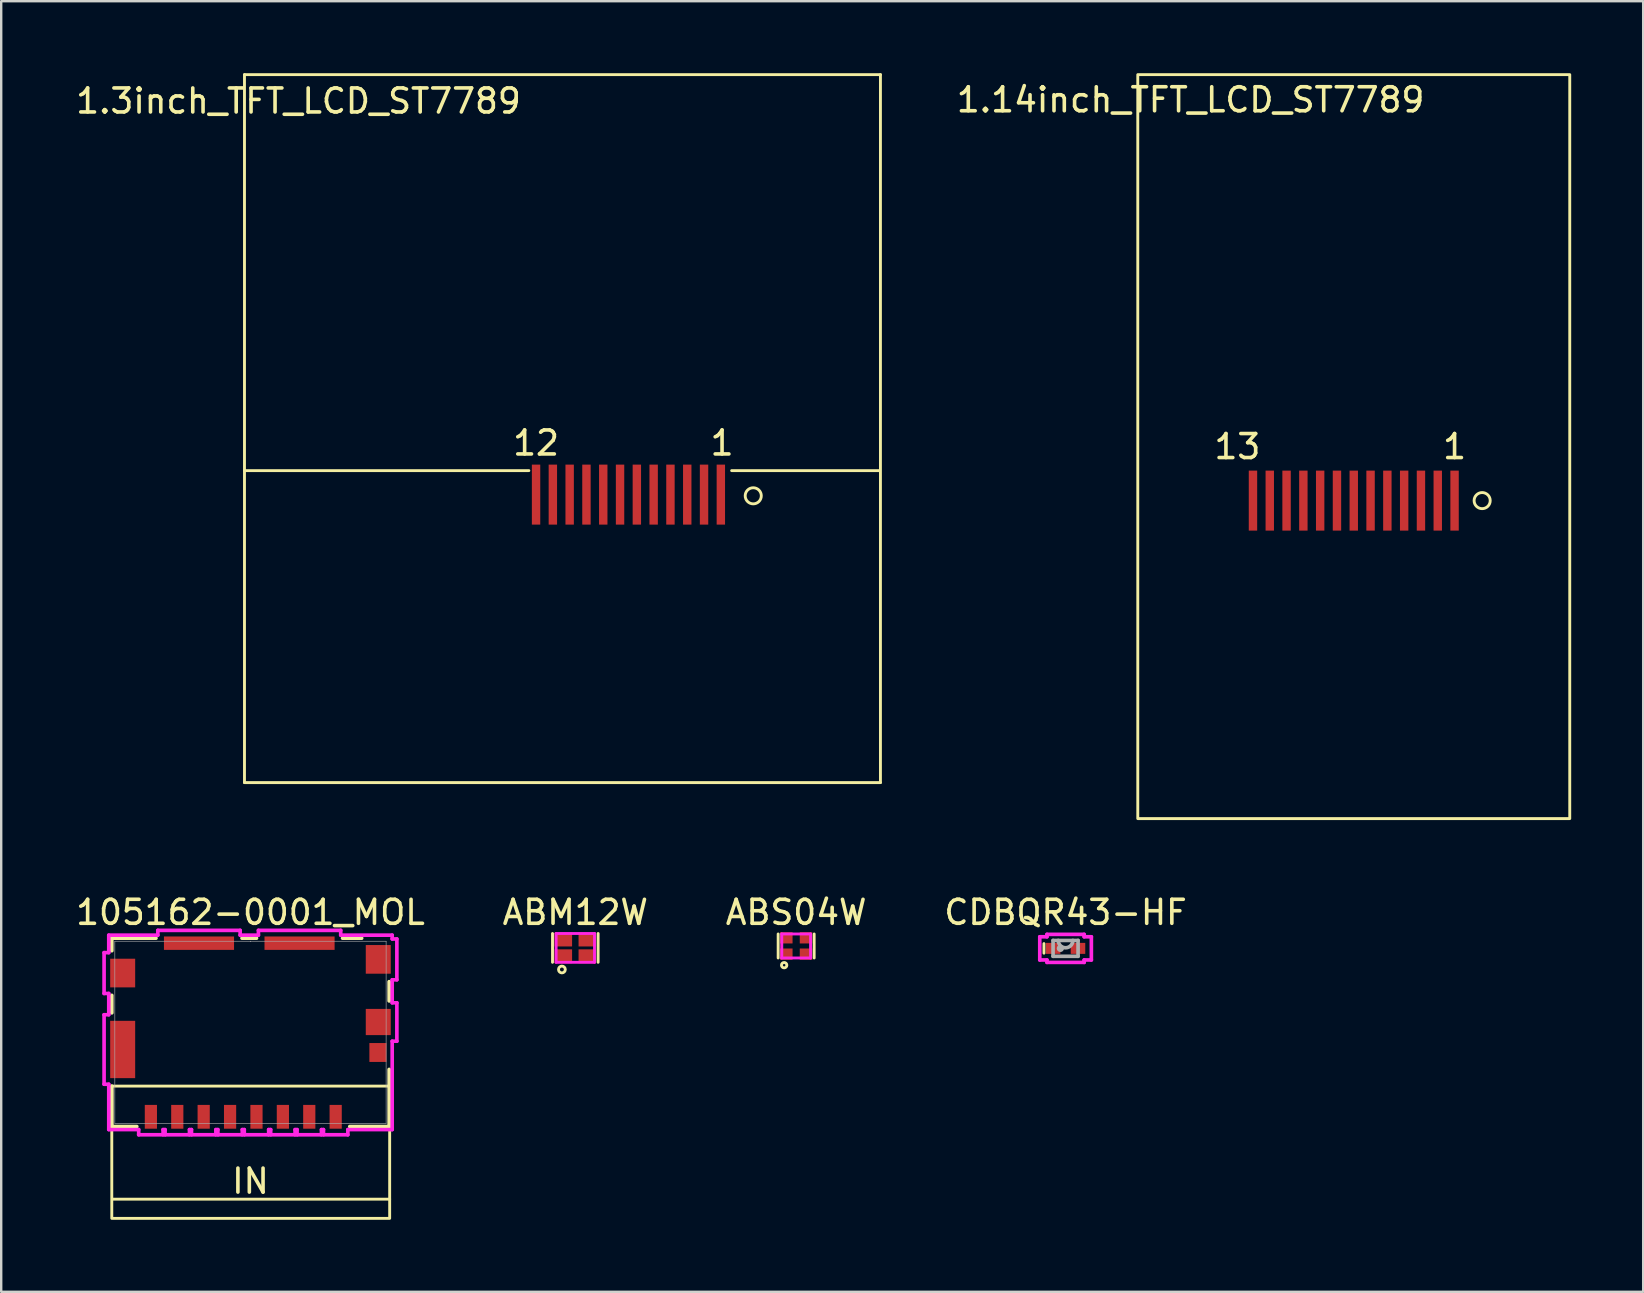
<source format=kicad_pcb>
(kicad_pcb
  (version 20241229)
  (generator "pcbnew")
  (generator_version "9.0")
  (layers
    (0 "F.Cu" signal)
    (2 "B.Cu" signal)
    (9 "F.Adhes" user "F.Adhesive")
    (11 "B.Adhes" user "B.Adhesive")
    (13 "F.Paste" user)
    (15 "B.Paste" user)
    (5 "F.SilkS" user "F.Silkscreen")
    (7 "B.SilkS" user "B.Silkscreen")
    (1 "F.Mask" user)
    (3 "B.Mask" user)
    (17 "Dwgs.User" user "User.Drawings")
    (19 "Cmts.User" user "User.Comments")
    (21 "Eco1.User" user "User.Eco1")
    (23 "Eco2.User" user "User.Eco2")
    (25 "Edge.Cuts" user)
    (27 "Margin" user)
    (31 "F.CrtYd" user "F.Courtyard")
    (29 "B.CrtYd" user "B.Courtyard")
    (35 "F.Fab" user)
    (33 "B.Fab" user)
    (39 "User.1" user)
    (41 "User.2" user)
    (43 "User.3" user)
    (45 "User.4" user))
  (footprint "1.14inch_TFT_LCD_ST7789"
    (layer "F.Cu")
    (at 53.36 15.56)
    (property "Reference" "1.14inch_TFT_LCD_ST7789" (at -6.8 -14.45 0) (layer "F.SilkS") (effects (font (size 1 1) (thickness 0.15))))
    (attr through_hole)
    (fp_rect (start -9 -15.5) (end 9 15.5) (stroke (width 0.12) (type solid)) (fill no) (layer "F.SilkS"))
    (fp_circle (center 5.35 2.25) (end 5.05 2.4) (stroke (width 0.12) (type solid)) (fill no) (layer "F.SilkS"))
    (fp_text user "13" (at -4.85 0 0) (layer "F.SilkS") (effects (font (size 1 1) (thickness 0.15))))
    (fp_text user "1" (at 4.2 0 0) (layer "F.SilkS") (effects (font (size 1 1) (thickness 0.15))))
    (pad "1" smd rect (at 4.2 2.25) (size 0.35 2.5) (layers "F.Cu" "F.Mask" "F.Paste"))
    (pad "2" smd rect (at 3.5 2.25) (size 0.35 2.5) (layers "F.Cu" "F.Mask" "F.Paste"))
    (pad "3" smd rect (at 2.8 2.25) (size 0.35 2.5) (layers "F.Cu" "F.Mask" "F.Paste"))
    (pad "4" smd rect (at 2.1 2.25) (size 0.35 2.5) (layers "F.Cu" "F.Mask" "F.Paste"))
    (pad "5" smd rect (at 1.4 2.25) (size 0.35 2.5) (layers "F.Cu" "F.Mask" "F.Paste"))
    (pad "6" smd rect (at 0.7 2.25) (size 0.35 2.5) (layers "F.Cu" "F.Mask" "F.Paste"))
    (pad "7" smd rect (at 0 2.25) (size 0.35 2.5) (layers "F.Cu" "F.Mask" "F.Paste"))
    (pad "8" smd rect (at -0.7 2.25) (size 0.35 2.5) (layers "F.Cu" "F.Mask" "F.Paste"))
    (pad "9" smd rect (at -1.4 2.25) (size 0.35 2.5) (layers "F.Cu" "F.Mask" "F.Paste"))
    (pad "10" smd rect (at -2.1 2.25) (size 0.35 2.5) (layers "F.Cu" "F.Mask" "F.Paste"))
    (pad "11" smd rect (at -2.8 2.25) (size 0.35 2.5) (layers "F.Cu" "F.Mask" "F.Paste"))
    (pad "12" smd rect (at -3.5 2.25) (size 0.35 2.5) (layers "F.Cu" "F.Mask" "F.Paste"))
    (pad "13" smd rect (at -4.2 2.25) (size 0.35 2.5) (layers "F.Cu" "F.Mask" "F.Paste")))
  (footprint "ABM12W"
    (layer "F.Cu")
    (at 20.923 36.448)
    (property "Reference" "ABM12W" (at 0 -1.48 0) (layer "F.SilkS") (effects (font (size 1 1) (thickness 0.15))))
    (attr through_hole)
    (fp_line (start -0.95 0.6) (end -0.95 -0.6) (stroke (width 0.12) (type solid)) (layer "F.SilkS"))
    (fp_line (start 0.95 0.6) (end 0.95 -0.6) (stroke (width 0.12) (type solid)) (layer "F.SilkS"))
    (fp_circle (center -0.559 0.9) (end -0.459 0.8) (stroke (width 0.12) (type solid)) (fill no) (layer "F.SilkS"))
    (fp_line (start -0.8 -0.6) (end 0.8 -0.6) (stroke (width 0.12) (type solid)) (layer "F.CrtYd"))
    (fp_line (start -0.8 0.6) (end -0.8 -0.6) (stroke (width 0.12) (type solid)) (layer "F.CrtYd"))
    (fp_line (start 0.8 -0.6) (end 0.8 0.6) (stroke (width 0.12) (type solid)) (layer "F.CrtYd"))
    (fp_line (start 0.8 0.6) (end -0.8 0.6) (stroke (width 0.12) (type solid)) (layer "F.CrtYd"))
    (pad "1" smd rect (at -0.5 0.35) (size 0.73 0.58) (layers "F.Cu" "F.Mask" "F.Paste"))
    (pad "2" smd rect (at 0.5 0.35) (size 0.73 0.58) (layers "F.Cu" "F.Mask" "F.Paste"))
    (pad "3" smd rect (at 0.5 -0.35) (size 0.73 0.58) (layers "F.Cu" "F.Mask" "F.Paste"))
    (pad "4" smd rect (at -0.5 -0.35) (size 0.73 0.58) (layers "F.Cu" "F.Mask" "F.Paste")))
  (footprint "1.3inch_TFT_LCD_ST7789"
    (layer "F.Cu")
    (at 20.387 14.81)
    (property "Reference" "1.3inch_TFT_LCD_ST7789" (at -11 -13.65 0) (layer "F.SilkS") (effects (font (size 1 1) (thickness 0.15))))
    (attr through_hole)
    (fp_line (start -13.25 14.75) (end -13.25 -14.75) (stroke (width 0.12) (type solid)) (layer "F.SilkS"))
    (fp_line (start -1.4 1.75) (end -13.25 1.75) (stroke (width 0.12) (type solid)) (layer "F.SilkS"))
    (fp_line (start 7.05 1.75) (end 13.2 1.75) (stroke (width 0.12) (type solid)) (layer "F.SilkS"))
    (fp_line (start 13.25 -14.75) (end -13.25 -14.75) (stroke (width 0.12) (type solid)) (layer "F.SilkS"))
    (fp_line (start 13.25 -14.75) (end 13.25 14.75) (stroke (width 0.12) (type solid)) (layer "F.SilkS"))
    (fp_line (start 13.25 14.75) (end -13.25 14.75) (stroke (width 0.12) (type solid)) (layer "F.SilkS"))
    (fp_circle (center 7.95 2.8) (end 7.65 2.95) (stroke (width 0.12) (type solid)) (fill no) (layer "F.SilkS"))
    (fp_text user "12" (at -1.1 0.6 0) (layer "F.SilkS") (effects (font (size 1 1) (thickness 0.15))))
    (fp_text user "1" (at 6.65 0.6 0) (layer "F.SilkS") (effects (font (size 1 1) (thickness 0.15))))
    (pad "1" smd rect (at 6.6 2.75) (size 0.35 2.5) (layers "F.Cu" "F.Mask" "F.Paste"))
    (pad "2" smd rect (at 5.9 2.75) (size 0.35 2.5) (layers "F.Cu" "F.Mask" "F.Paste"))
    (pad "3" smd rect (at 5.2 2.75) (size 0.35 2.5) (layers "F.Cu" "F.Mask" "F.Paste"))
    (pad "4" smd rect (at 4.5 2.75) (size 0.35 2.5) (layers "F.Cu" "F.Mask" "F.Paste"))
    (pad "5" smd rect (at 3.8 2.75) (size 0.35 2.5) (layers "F.Cu" "F.Mask" "F.Paste"))
    (pad "6" smd rect (at 3.1 2.75) (size 0.35 2.5) (layers "F.Cu" "F.Mask" "F.Paste"))
    (pad "7" smd rect (at 2.4 2.75) (size 0.35 2.5) (layers "F.Cu" "F.Mask" "F.Paste"))
    (pad "8" smd rect (at 1.7 2.75) (size 0.35 2.5) (layers "F.Cu" "F.Mask" "F.Paste"))
    (pad "9" smd rect (at 1 2.75) (size 0.35 2.5) (layers "F.Cu" "F.Mask" "F.Paste"))
    (pad "10" smd rect (at 0.3 2.75) (size 0.35 2.5) (layers "F.Cu" "F.Mask" "F.Paste"))
    (pad "11" smd rect (at -0.4 2.75) (size 0.35 2.5) (layers "F.Cu" "F.Mask" "F.Paste"))
    (pad "12" smd rect (at -1.1 2.75) (size 0.35 2.5) (layers "F.Cu" "F.Mask" "F.Paste")))
  (footprint "105162-0001_MOL"
    (layer "F.Cu")
    (at 7.387 39.968)
    (property "Reference" "105162-0001_MOL" (at 0 -5 0) (unlocked yes) (layer "F.SilkS") (effects (font (size 1 1) (thickness 0.15))))
    (attr smd)
    (fp_line (start -5.779 -3.924) (end -5.779 -3.402) (stroke (width 0.152) (type solid)) (layer "F.SilkS"))
    (fp_line (start -5.779 -1.543) (end -5.779 -0.814) (stroke (width 0.152) (type solid)) (layer "F.SilkS"))
    (fp_line (start -5.779 2.239) (end -5.779 3.924) (stroke (width 0.152) (type solid)) (layer "F.SilkS"))
    (fp_line (start -5.779 3.924) (end -4.737 3.924) (stroke (width 0.152) (type solid)) (layer "F.SilkS"))
    (fp_line (start -5.75 6.95) (end 5.8 6.95) (stroke (width 0.12) (type solid)) (layer "F.SilkS"))
    (fp_line (start -3.938 -3.924) (end -5.779 -3.924) (stroke (width 0.152) (type solid)) (layer "F.SilkS"))
    (fp_line (start 0.127 -3.924) (end -0.127 -3.924) (stroke (width 0.152) (type solid)) (layer "F.SilkS"))
    (fp_line (start 0.252 -3.924) (end -0.352 -3.924) (stroke (width 0.152) (type solid)) (layer "F.SilkS"))
    (fp_line (start 4.137 3.924) (end 5.779 3.924) (stroke (width 0.152) (type solid)) (layer "F.SilkS"))
    (fp_line (start 4.633 -3.924) (end 3.838 -3.924) (stroke (width 0.152) (type solid)) (layer "F.SilkS"))
    (fp_line (start 5.779 -1.311) (end 5.779 -2.113) (stroke (width 0.152) (type solid)) (layer "F.SilkS"))
    (fp_line (start 5.779 3.924) (end 5.779 1.544) (stroke (width 0.152) (type solid)) (layer "F.SilkS"))
    (fp_rect (start -5.779 2.239) (end 5.8 7.75) (stroke (width 0.12) (type solid)) (fill no) (layer "F.SilkS"))
    (fp_line (start -6.1 -0.735) (end -6.1 2.161) (stroke (width 0.152) (type solid)) (layer "F.CrtYd"))
    (fp_line (start -6.1 2.161) (end -5.905 2.161) (stroke (width 0.152) (type solid)) (layer "F.CrtYd"))
    (fp_line (start -6.1 -3.323) (end -6.1 -1.621) (stroke (width 0.152) (type solid)) (layer "F.CrtYd"))
    (fp_line (start -6.1 -1.621) (end -5.905 -1.621) (stroke (width 0.152) (type solid)) (layer "F.CrtYd"))
    (fp_line (start -5.905 -4.051) (end -5.905 -3.323) (stroke (width 0.152) (type solid)) (layer "F.CrtYd"))
    (fp_line (start -5.905 -3.323) (end -6.1 -3.323) (stroke (width 0.152) (type solid)) (layer "F.CrtYd"))
    (fp_line (start -5.905 -1.621) (end -5.905 -0.735) (stroke (width 0.152) (type solid)) (layer "F.CrtYd"))
    (fp_line (start -5.905 -0.735) (end -6.1 -0.735) (stroke (width 0.152) (type solid)) (layer "F.CrtYd"))
    (fp_line (start -5.905 2.161) (end -5.905 4.051) (stroke (width 0.152) (type solid)) (layer "F.CrtYd"))
    (fp_line (start -5.905 4.051) (end -4.658 4.051) (stroke (width 0.152) (type solid)) (layer "F.CrtYd"))
    (fp_line (start -4.658 4.051) (end -4.658 4.267) (stroke (width 0.152) (type solid)) (layer "F.CrtYd"))
    (fp_line (start -4.658 4.267) (end -3.642 4.267) (stroke (width 0.152) (type solid)) (layer "F.CrtYd"))
    (fp_line (start -3.86 -4.251) (end -3.86 -4.051) (stroke (width 0.152) (type solid)) (layer "F.CrtYd"))
    (fp_line (start -3.86 -4.051) (end -5.905 -4.051) (stroke (width 0.152) (type solid)) (layer "F.CrtYd"))
    (fp_line (start -3.642 4.051) (end -3.558 4.051) (stroke (width 0.152) (type solid)) (layer "F.CrtYd"))
    (fp_line (start -3.642 4.267) (end -3.642 4.051) (stroke (width 0.152) (type solid)) (layer "F.CrtYd"))
    (fp_line (start -3.558 4.051) (end -3.558 4.267) (stroke (width 0.152) (type solid)) (layer "F.CrtYd"))
    (fp_line (start -3.558 4.267) (end -2.542 4.267) (stroke (width 0.152) (type solid)) (layer "F.CrtYd"))
    (fp_line (start -2.542 4.051) (end -2.458 4.051) (stroke (width 0.152) (type solid)) (layer "F.CrtYd"))
    (fp_line (start -2.542 4.267) (end -2.542 4.051) (stroke (width 0.152) (type solid)) (layer "F.CrtYd"))
    (fp_line (start -2.458 4.051) (end -2.458 4.267) (stroke (width 0.152) (type solid)) (layer "F.CrtYd"))
    (fp_line (start -2.458 4.267) (end -1.442 4.267) (stroke (width 0.152) (type solid)) (layer "F.CrtYd"))
    (fp_line (start -1.442 4.051) (end -1.358 4.051) (stroke (width 0.152) (type solid)) (layer "F.CrtYd"))
    (fp_line (start -1.442 4.267) (end -1.442 4.051) (stroke (width 0.152) (type solid)) (layer "F.CrtYd"))
    (fp_line (start -1.358 4.051) (end -1.358 4.267) (stroke (width 0.152) (type solid)) (layer "F.CrtYd"))
    (fp_line (start -1.358 4.267) (end -0.342 4.267) (stroke (width 0.152) (type solid)) (layer "F.CrtYd"))
    (fp_line (start -0.43 -4.251) (end -3.86 -4.251) (stroke (width 0.152) (type solid)) (layer "F.CrtYd"))
    (fp_line (start -0.43 -4.051) (end -0.43 -4.251) (stroke (width 0.152) (type solid)) (layer "F.CrtYd"))
    (fp_line (start -0.342 4.051) (end -0.258 4.051) (stroke (width 0.152) (type solid)) (layer "F.CrtYd"))
    (fp_line (start -0.342 4.267) (end -0.342 4.051) (stroke (width 0.152) (type solid)) (layer "F.CrtYd"))
    (fp_line (start -0.258 4.051) (end -0.258 4.267) (stroke (width 0.152) (type solid)) (layer "F.CrtYd"))
    (fp_line (start -0.258 4.267) (end 0.758 4.267) (stroke (width 0.152) (type solid)) (layer "F.CrtYd"))
    (fp_line (start 0.331 -4.251) (end 0.331 -4.051) (stroke (width 0.152) (type solid)) (layer "F.CrtYd"))
    (fp_line (start 0.331 -4.051) (end -0.43 -4.051) (stroke (width 0.152) (type solid)) (layer "F.CrtYd"))
    (fp_line (start 0.758 4.051) (end 0.842 4.051) (stroke (width 0.152) (type solid)) (layer "F.CrtYd"))
    (fp_line (start 0.758 4.267) (end 0.758 4.051) (stroke (width 0.152) (type solid)) (layer "F.CrtYd"))
    (fp_line (start 0.842 4.051) (end 0.842 4.267) (stroke (width 0.152) (type solid)) (layer "F.CrtYd"))
    (fp_line (start 0.842 4.267) (end 1.858 4.267) (stroke (width 0.152) (type solid)) (layer "F.CrtYd"))
    (fp_line (start 1.858 4.051) (end 1.942 4.051) (stroke (width 0.152) (type solid)) (layer "F.CrtYd"))
    (fp_line (start 1.858 4.267) (end 1.858 4.051) (stroke (width 0.152) (type solid)) (layer "F.CrtYd"))
    (fp_line (start 1.942 4.051) (end 1.942 4.267) (stroke (width 0.152) (type solid)) (layer "F.CrtYd"))
    (fp_line (start 1.942 4.267) (end 2.958 4.267) (stroke (width 0.152) (type solid)) (layer "F.CrtYd"))
    (fp_line (start 2.958 4.051) (end 3.042 4.051) (stroke (width 0.152) (type solid)) (layer "F.CrtYd"))
    (fp_line (start 2.958 4.267) (end 2.958 4.051) (stroke (width 0.152) (type solid)) (layer "F.CrtYd"))
    (fp_line (start 3.042 4.051) (end 3.042 4.267) (stroke (width 0.152) (type solid)) (layer "F.CrtYd"))
    (fp_line (start 3.042 4.267) (end 4.058 4.267) (stroke (width 0.152) (type solid)) (layer "F.CrtYd"))
    (fp_line (start 3.76 -4.251) (end 0.331 -4.251) (stroke (width 0.152) (type solid)) (layer "F.CrtYd"))
    (fp_line (start 3.76 -4.051) (end 3.76 -4.251) (stroke (width 0.152) (type solid)) (layer "F.CrtYd"))
    (fp_line (start 4.058 4.051) (end 5.905 4.051) (stroke (width 0.152) (type solid)) (layer "F.CrtYd"))
    (fp_line (start 4.058 4.267) (end 4.058 4.051) (stroke (width 0.152) (type solid)) (layer "F.CrtYd"))
    (fp_line (start 5.905 -4.051) (end 3.76 -4.051) (stroke (width 0.152) (type solid)) (layer "F.CrtYd"))
    (fp_line (start 5.905 -3.893) (end 5.905 -4.051) (stroke (width 0.152) (type solid)) (layer "F.CrtYd"))
    (fp_line (start 5.905 -2.191) (end 6.1 -2.191) (stroke (width 0.152) (type solid)) (layer "F.CrtYd"))
    (fp_line (start 5.905 -1.232) (end 5.905 -2.191) (stroke (width 0.152) (type solid)) (layer "F.CrtYd"))
    (fp_line (start 5.905 0.368) (end 6.1 0.368) (stroke (width 0.152) (type solid)) (layer "F.CrtYd"))
    (fp_line (start 5.905 4.051) (end 5.905 0.368) (stroke (width 0.152) (type solid)) (layer "F.CrtYd"))
    (fp_line (start 6.1 -3.893) (end 5.905 -3.893) (stroke (width 0.152) (type solid)) (layer "F.CrtYd"))
    (fp_line (start 6.1 -2.191) (end 6.1 -3.893) (stroke (width 0.152) (type solid)) (layer "F.CrtYd"))
    (fp_line (start 6.1 -1.232) (end 5.905 -1.232) (stroke (width 0.152) (type solid)) (layer "F.CrtYd"))
    (fp_line (start 6.1 0.368) (end 6.1 -1.232) (stroke (width 0.152) (type solid)) (layer "F.CrtYd"))
    (fp_line (start -5.652 -3.797) (end -5.652 3.797) (stroke (width 0.025) (type solid)) (layer "F.Fab"))
    (fp_line (start -5.652 3.797) (end 5.652 3.797) (stroke (width 0.025) (type solid)) (layer "F.Fab"))
    (fp_line (start 0 -3.797) (end 0 -3.797) (stroke (width 0.025) (type solid)) (layer "F.Fab"))
    (fp_line (start 0 -3.797) (end 0 -3.797) (stroke (width 0.025) (type solid)) (layer "F.Fab"))
    (fp_line (start 0 -3.797) (end 0 -3.797) (stroke (width 0.025) (type solid)) (layer "F.Fab"))
    (fp_line (start 0 -3.797) (end 0 -3.797) (stroke (width 0.025) (type solid)) (layer "F.Fab"))
    (fp_line (start 5.652 -3.797) (end -5.652 -3.797) (stroke (width 0.025) (type solid)) (layer "F.Fab"))
    (fp_line (start 5.652 3.797) (end 5.652 -3.797) (stroke (width 0.025) (type solid)) (layer "F.Fab"))
    (fp_text user "IN" (at 0 6.2 0) (unlocked yes) (layer "F.SilkS") (effects (font (size 1 1) (thickness 0.15))))
    (pad "14" smd rect (at -2.145 -3.717) (size 2.921 0.559) (layers "F.Cu" "F.Mask" "F.Paste"))
    (pad "15" smd rect (at 2.045 -3.717) (size 2.921 0.559) (layers "F.Cu" "F.Mask" "F.Paste"))
    (pad "G1" smd rect (at 5.325 -0.432) (size 1.041 1.092) (layers "F.Cu" "F.Mask" "F.Paste"))
    (pad "G2" smd rect (at 5.325 -3.042) (size 1.041 1.194) (layers "F.Cu" "F.Mask" "F.Paste"))
    (pad "G3" smd rect (at -5.325 -2.472) (size 1.041 1.194) (layers "F.Cu" "F.Mask" "F.Paste"))
    (pad "G4" smd rect (at -5.325 0.713) (size 1.041 2.388) (layers "F.Cu" "F.Mask" "F.Paste"))
    (pad "P1" smd rect (at 3.55 3.518) (size 0.508 0.991) (layers "F.Cu" "F.Mask" "F.Paste"))
    (pad "P2" smd rect (at 2.45 3.518) (size 0.508 0.991) (layers "F.Cu" "F.Mask" "F.Paste"))
    (pad "P3" smd rect (at 1.35 3.518) (size 0.508 0.991) (layers "F.Cu" "F.Mask" "F.Paste"))
    (pad "P4" smd rect (at 0.25 3.518) (size 0.508 0.991) (layers "F.Cu" "F.Mask" "F.Paste"))
    (pad "P5" smd rect (at -0.85 3.518) (size 0.508 0.991) (layers "F.Cu" "F.Mask" "F.Paste"))
    (pad "P6" smd rect (at -1.95 3.518) (size 0.508 0.991) (layers "F.Cu" "F.Mask" "F.Paste"))
    (pad "P7" smd rect (at -3.05 3.518) (size 0.508 0.991) (layers "F.Cu" "F.Mask" "F.Paste"))
    (pad "P8" smd rect (at -4.15 3.518) (size 0.508 0.991) (layers "F.Cu" "F.Mask" "F.Paste"))
    (pad "P9" smd rect (at 5.31 0.838) (size 0.711 0.787) (layers "F.Cu" "F.Mask" "F.Paste")))
  (footprint "CDBQR43-HF"
    (layer "F.Cu")
    (at 41.351 36.468)
    (property "Reference" "CDBQR43-HF" (at 0 -1.5 0) (layer "F.SilkS") (effects (font (size 1 1) (thickness 0.15))))
    (attr through_hole)
    (fp_line (start -0.9 -0.2) (end -0.9 0.2) (stroke (width 0.12) (type solid)) (layer "F.SilkS"))
    (fp_line (start -1.075 -0.483) (end -0.775 -0.483) (stroke (width 0.152) (type solid)) (layer "F.CrtYd"))
    (fp_line (start -1.075 0.483) (end -1.075 -0.483) (stroke (width 0.152) (type solid)) (layer "F.CrtYd"))
    (fp_line (start -0.775 -0.584) (end 0.775 -0.584) (stroke (width 0.152) (type solid)) (layer "F.CrtYd"))
    (fp_line (start -0.775 -0.483) (end -0.775 -0.584) (stroke (width 0.152) (type solid)) (layer "F.CrtYd"))
    (fp_line (start -0.775 0.483) (end -1.075 0.483) (stroke (width 0.152) (type solid)) (layer "F.CrtYd"))
    (fp_line (start -0.775 0.584) (end -0.775 0.483) (stroke (width 0.152) (type solid)) (layer "F.CrtYd"))
    (fp_line (start 0.775 -0.584) (end 0.775 -0.483) (stroke (width 0.152) (type solid)) (layer "F.CrtYd"))
    (fp_line (start 0.775 -0.483) (end 1.075 -0.483) (stroke (width 0.152) (type solid)) (layer "F.CrtYd"))
    (fp_line (start 0.775 0.483) (end 0.775 0.584) (stroke (width 0.152) (type solid)) (layer "F.CrtYd"))
    (fp_line (start 0.775 0.584) (end -0.775 0.584) (stroke (width 0.152) (type solid)) (layer "F.CrtYd"))
    (fp_line (start 1.075 -0.483) (end 1.075 0.483) (stroke (width 0.152) (type solid)) (layer "F.CrtYd"))
    (fp_line (start 1.075 0.483) (end 0.775 0.483) (stroke (width 0.152) (type solid)) (layer "F.CrtYd"))
    (fp_line (start -0.521 -0.33) (end -0.521 0.33) (stroke (width 0.152) (type solid)) (layer "F.Fab"))
    (fp_line (start -0.521 0.33) (end 0.521 0.33) (stroke (width 0.152) (type solid)) (layer "F.Fab"))
    (fp_line (start 0.521 -0.33) (end -0.521 -0.33) (stroke (width 0.152) (type solid)) (layer "F.Fab"))
    (fp_line (start 0.521 0.33) (end 0.521 -0.33) (stroke (width 0.152) (type solid)) (layer "F.Fab"))
    (fp_arc (start 0.3048 -0.3302) (mid 0 -0.0254) (end -0.3048 -0.3302) (stroke (width 0.1524) (type solid)) (layer "F.Fab"))
    (fp_circle (center -0.216 0) (end -0.14 0) (stroke (width 0.152) (type solid)) (fill no) (layer "F.Fab"))
    (pad "1" smd rect (at -0.518 0) (size 0.605 0.458) (layers "F.Cu" "F.Mask" "F.Paste"))
    (pad "2" smd rect (at 0.518 0) (size 0.605 0.458) (layers "F.Cu" "F.Mask" "F.Paste")))
  (footprint "ABS04W"
    (layer "F.Cu")
    (at 30.125 36.368)
    (property "Reference" "ABS04W" (at 0 -1.4 0) (layer "F.SilkS") (effects (font (size 1 1) (thickness 0.15))))
    (attr through_hole)
    (fp_line (start -0.75 -0.5) (end -0.75 0.5) (stroke (width 0.12) (type solid)) (layer "F.SilkS"))
    (fp_line (start 0.75 -0.5) (end 0.75 0.5) (stroke (width 0.12) (type solid)) (layer "F.SilkS"))
    (fp_circle (center -0.5 0.8) (end -0.55 0.9) (stroke (width 0.12) (type solid)) (fill no) (layer "F.SilkS"))
    (fp_line (start -0.6 -0.5) (end 0.6 -0.5) (stroke (width 0.12) (type solid)) (layer "F.CrtYd"))
    (fp_line (start -0.6 0.5) (end -0.6 -0.5) (stroke (width 0.12) (type solid)) (layer "F.CrtYd"))
    (fp_line (start 0.6 -0.5) (end 0.6 0.5) (stroke (width 0.12) (type solid)) (layer "F.CrtYd"))
    (fp_line (start 0.6 0.5) (end -0.6 0.5) (stroke (width 0.12) (type solid)) (layer "F.CrtYd"))
    (pad "1" smd rect (at -0.41 0.34) (size 0.52 0.47) (layers "F.Cu" "F.Mask" "F.Paste"))
    (pad "2" smd rect (at 0.41 0.34) (size 0.52 0.47) (layers "F.Cu" "F.Mask" "F.Paste"))
    (pad "3" smd rect (at 0.41 -0.34) (size 0.52 0.47) (layers "F.Cu" "F.Mask" "F.Paste"))
    (pad "4" smd rect (at -0.41 -0.34) (size 0.52 0.47) (layers "F.Cu" "F.Mask" "F.Paste")))
  (gr_rect
    (start -3 -3)
    (end 65.42 50.778)
    (stroke (width 0.1) (type default))
    (fill no)
    (layer "Edge.Cuts")))
</source>
